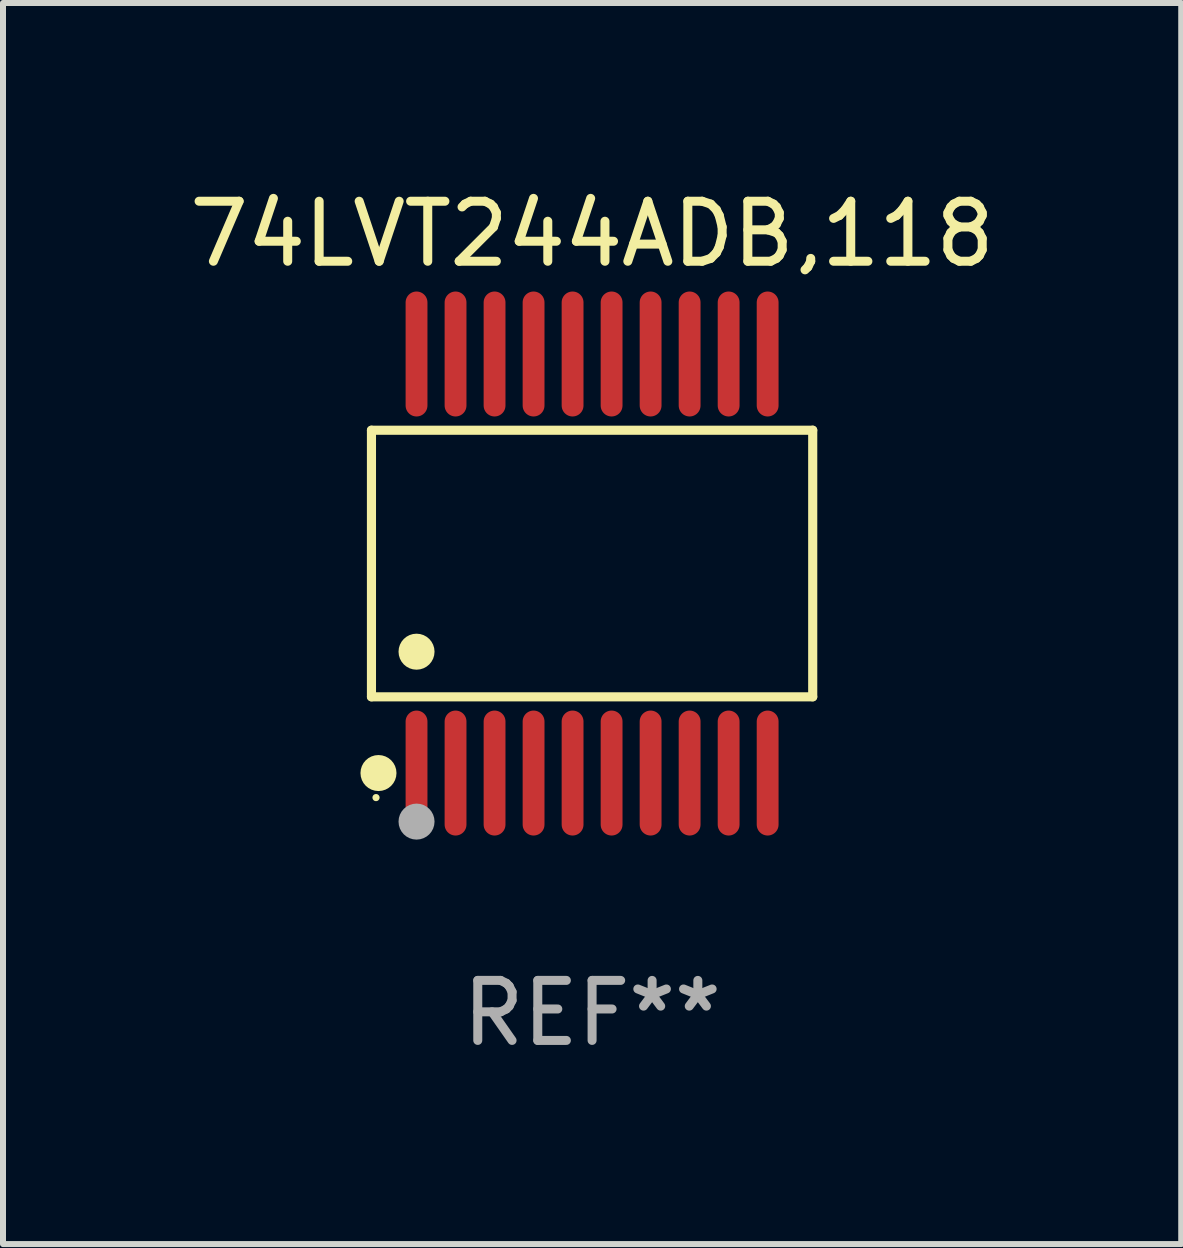
<source format=kicad_pcb>
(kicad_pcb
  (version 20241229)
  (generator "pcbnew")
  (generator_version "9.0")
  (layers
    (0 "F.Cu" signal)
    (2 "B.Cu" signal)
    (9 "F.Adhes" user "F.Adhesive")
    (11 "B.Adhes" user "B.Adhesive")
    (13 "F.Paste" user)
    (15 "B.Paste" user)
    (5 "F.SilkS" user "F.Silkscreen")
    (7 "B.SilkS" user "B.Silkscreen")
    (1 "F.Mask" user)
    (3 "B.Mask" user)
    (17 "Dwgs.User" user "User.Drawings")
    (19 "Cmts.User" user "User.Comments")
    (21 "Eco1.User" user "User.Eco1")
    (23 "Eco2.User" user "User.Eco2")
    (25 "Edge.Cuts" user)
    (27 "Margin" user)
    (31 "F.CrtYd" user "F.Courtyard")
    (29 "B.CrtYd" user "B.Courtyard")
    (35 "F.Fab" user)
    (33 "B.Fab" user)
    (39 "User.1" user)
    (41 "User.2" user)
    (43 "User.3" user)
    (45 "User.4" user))
  (footprint "74LVT244ADB,118"
    (layer "F.Cu")
    (at 6.815 6.339)
    (property "Reference" "74LVT244ADB,118" (at 0 -5.491 0) (layer "F.SilkS") (effects (font (size 1 1) (thickness 0.15))))
    (attr through_hole)
    (fp_line (start -3.676 -2.221) (end 3.676 -2.221) (stroke (width 0.152) (type solid)) (layer "F.SilkS"))
    (fp_line (start -3.676 2.221) (end -3.676 -2.221) (stroke (width 0.152) (type solid)) (layer "F.SilkS"))
    (fp_line (start 3.676 -2.221) (end 3.676 2.221) (stroke (width 0.152) (type solid)) (layer "F.SilkS"))
    (fp_line (start 3.676 2.221) (end -3.676 2.221) (stroke (width 0.152) (type solid)) (layer "F.SilkS"))
    (fp_circle (center -3.6 3.9) (end -3.57 3.9) (stroke (width 0.06) (type solid)) (fill no) (layer "F.SilkS"))
    (fp_circle (center -3.559 3.491) (end -3.409 3.491) (stroke (width 0.3) (type solid)) (fill no) (layer "F.SilkS"))
    (fp_circle (center -2.925 1.469) (end -2.775 1.469) (stroke (width 0.3) (type solid)) (fill no) (layer "F.SilkS"))
    (fp_circle (center -2.925 4.3) (end -2.775 4.3) (stroke (width 0.3) (type solid)) (fill no) (layer "F.Fab"))
    (fp_text user "REF**" (at 0 7.491 0) (layer "F.Fab") (effects (font (size 1 1) (thickness 0.15))))
    (pad "1" smd oval (at -2.925 3.491) (size 0.364 2.082) (layers "F.Cu" "F.Mask" "F.Paste"))
    (pad "2" smd oval (at -2.275 3.491) (size 0.364 2.082) (layers "F.Cu" "F.Mask" "F.Paste"))
    (pad "3" smd oval (at -1.625 3.491) (size 0.364 2.082) (layers "F.Cu" "F.Mask" "F.Paste"))
    (pad "4" smd oval (at -0.975 3.491) (size 0.364 2.082) (layers "F.Cu" "F.Mask" "F.Paste"))
    (pad "5" smd oval (at -0.325 3.491) (size 0.364 2.082) (layers "F.Cu" "F.Mask" "F.Paste"))
    (pad "6" smd oval (at 0.325 3.491) (size 0.364 2.082) (layers "F.Cu" "F.Mask" "F.Paste"))
    (pad "7" smd oval (at 0.975 3.491) (size 0.364 2.082) (layers "F.Cu" "F.Mask" "F.Paste"))
    (pad "8" smd oval (at 1.625 3.491) (size 0.364 2.082) (layers "F.Cu" "F.Mask" "F.Paste"))
    (pad "9" smd oval (at 2.275 3.491) (size 0.364 2.082) (layers "F.Cu" "F.Mask" "F.Paste"))
    (pad "10" smd oval (at 2.925 3.491) (size 0.364 2.082) (layers "F.Cu" "F.Mask" "F.Paste"))
    (pad "11" smd oval (at 2.925 -3.491) (size 0.364 2.082) (layers "F.Cu" "F.Mask" "F.Paste"))
    (pad "12" smd oval (at 2.275 -3.491) (size 0.364 2.082) (layers "F.Cu" "F.Mask" "F.Paste"))
    (pad "13" smd oval (at 1.625 -3.491) (size 0.364 2.082) (layers "F.Cu" "F.Mask" "F.Paste"))
    (pad "14" smd oval (at 0.975 -3.491) (size 0.364 2.082) (layers "F.Cu" "F.Mask" "F.Paste"))
    (pad "15" smd oval (at 0.325 -3.491) (size 0.364 2.082) (layers "F.Cu" "F.Mask" "F.Paste"))
    (pad "16" smd oval (at -0.325 -3.491) (size 0.364 2.082) (layers "F.Cu" "F.Mask" "F.Paste"))
    (pad "17" smd oval (at -0.975 -3.491) (size 0.364 2.082) (layers "F.Cu" "F.Mask" "F.Paste"))
    (pad "18" smd oval (at -1.625 -3.491) (size 0.364 2.082) (layers "F.Cu" "F.Mask" "F.Paste"))
    (pad "19" smd oval (at -2.275 -3.491) (size 0.364 2.082) (layers "F.Cu" "F.Mask" "F.Paste"))
    (pad "20" smd oval (at -2.925 -3.491) (size 0.364 2.082) (layers "F.Cu" "F.Mask" "F.Paste")))
  (gr_rect
    (start -3 -3)
    (end 16.631 17.678)
    (stroke (width 0.1) (type default))
    (fill no)
    (layer "Edge.Cuts")))
</source>
